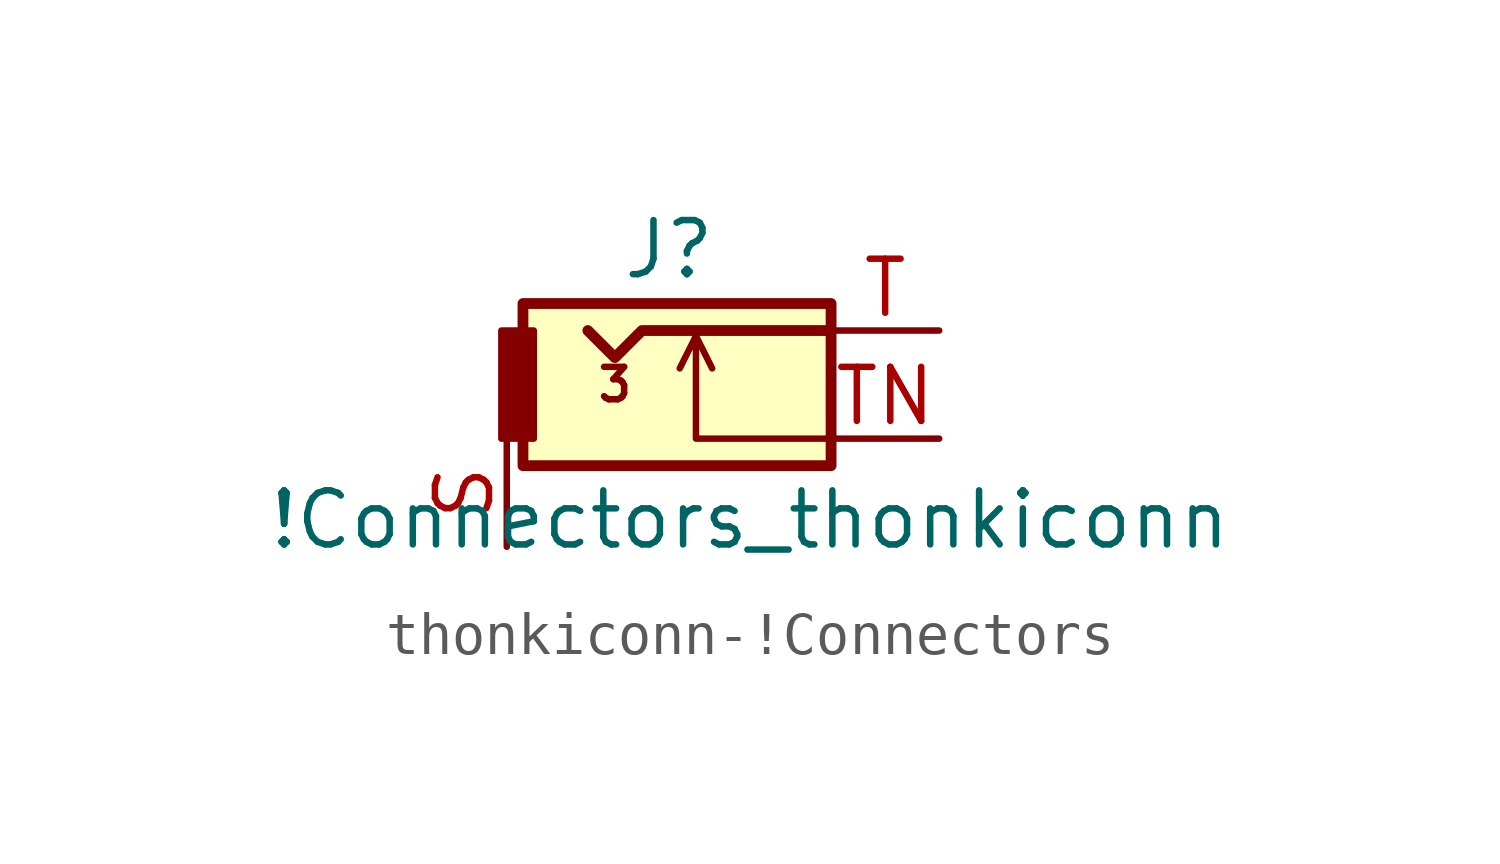
<source format=kicad_sym>
(kicad_symbol_lib
  (version 20220914)
  (generator kicad_symbol_editor)
  (symbol "thonkiconn-!Connectors"
    (pin_names
      (offset 1.016))
    (property "Reference" "J"
      (at -1.27 4.445 0)
      (effects (font (size 1.27 1.27))))
    (property "Value" "!Connectors_thonkiconn"
      (at 0.635 -1.905 0)
      (effects (font (size 1.27 1.27))))
    (symbol "thonkiconn-!Connectors_0_0"
      (text "3" (at -2.54 1.27 0) (effects (font (size 0.762 0.762)))))
    (symbol "thonkiconn-!Connectors_0_1"
      (rectangle (start -4.699 3.175) (end 2.54 -0.635) (stroke (width 0.254) (type solid)) (fill (type background)))
      (rectangle (start -4.445 0) (end -5.207 2.54) (stroke (width 0) (type solid)) (fill (type outline)))
      (polyline (pts (xy -0.635 2.413) (xy -0.254 1.651)) (stroke (width 0) (type solid)) (fill (type none)))
      (polyline (pts (xy 2.54 0) (xy -0.635 0) (xy -0.635 2.413) (xy -1.016 1.651)) (stroke (width 0) (type solid)) (fill (type none)))
      (polyline (pts (xy 2.54 2.54) (xy -1.905 2.54) (xy -2.54 1.905) (xy -3.175 2.54)) (stroke (width 0.254) (type solid)) (fill (type none))))
    (symbol "thonkiconn-!Connectors_1_1"
      (pin passive line (at -5.08 -2.54 90) (length 2.54) (name "~" (effects (font (size 1.27 1.27)))) (number "S" (effects (font (size 1.27 1.27)))))
      (pin passive line (at 5.08 2.54 180) (length 2.54) (name "~" (effects (font (size 1.27 1.27)))) (number "T" (effects (font (size 1.27 1.27)))))
      (pin passive line (at 5.08 0 180) (length 2.54) (name "~" (effects (font (size 1.27 1.27)))) (number "TN" (effects (font (size 1.27 1.27))))))))
</source>
